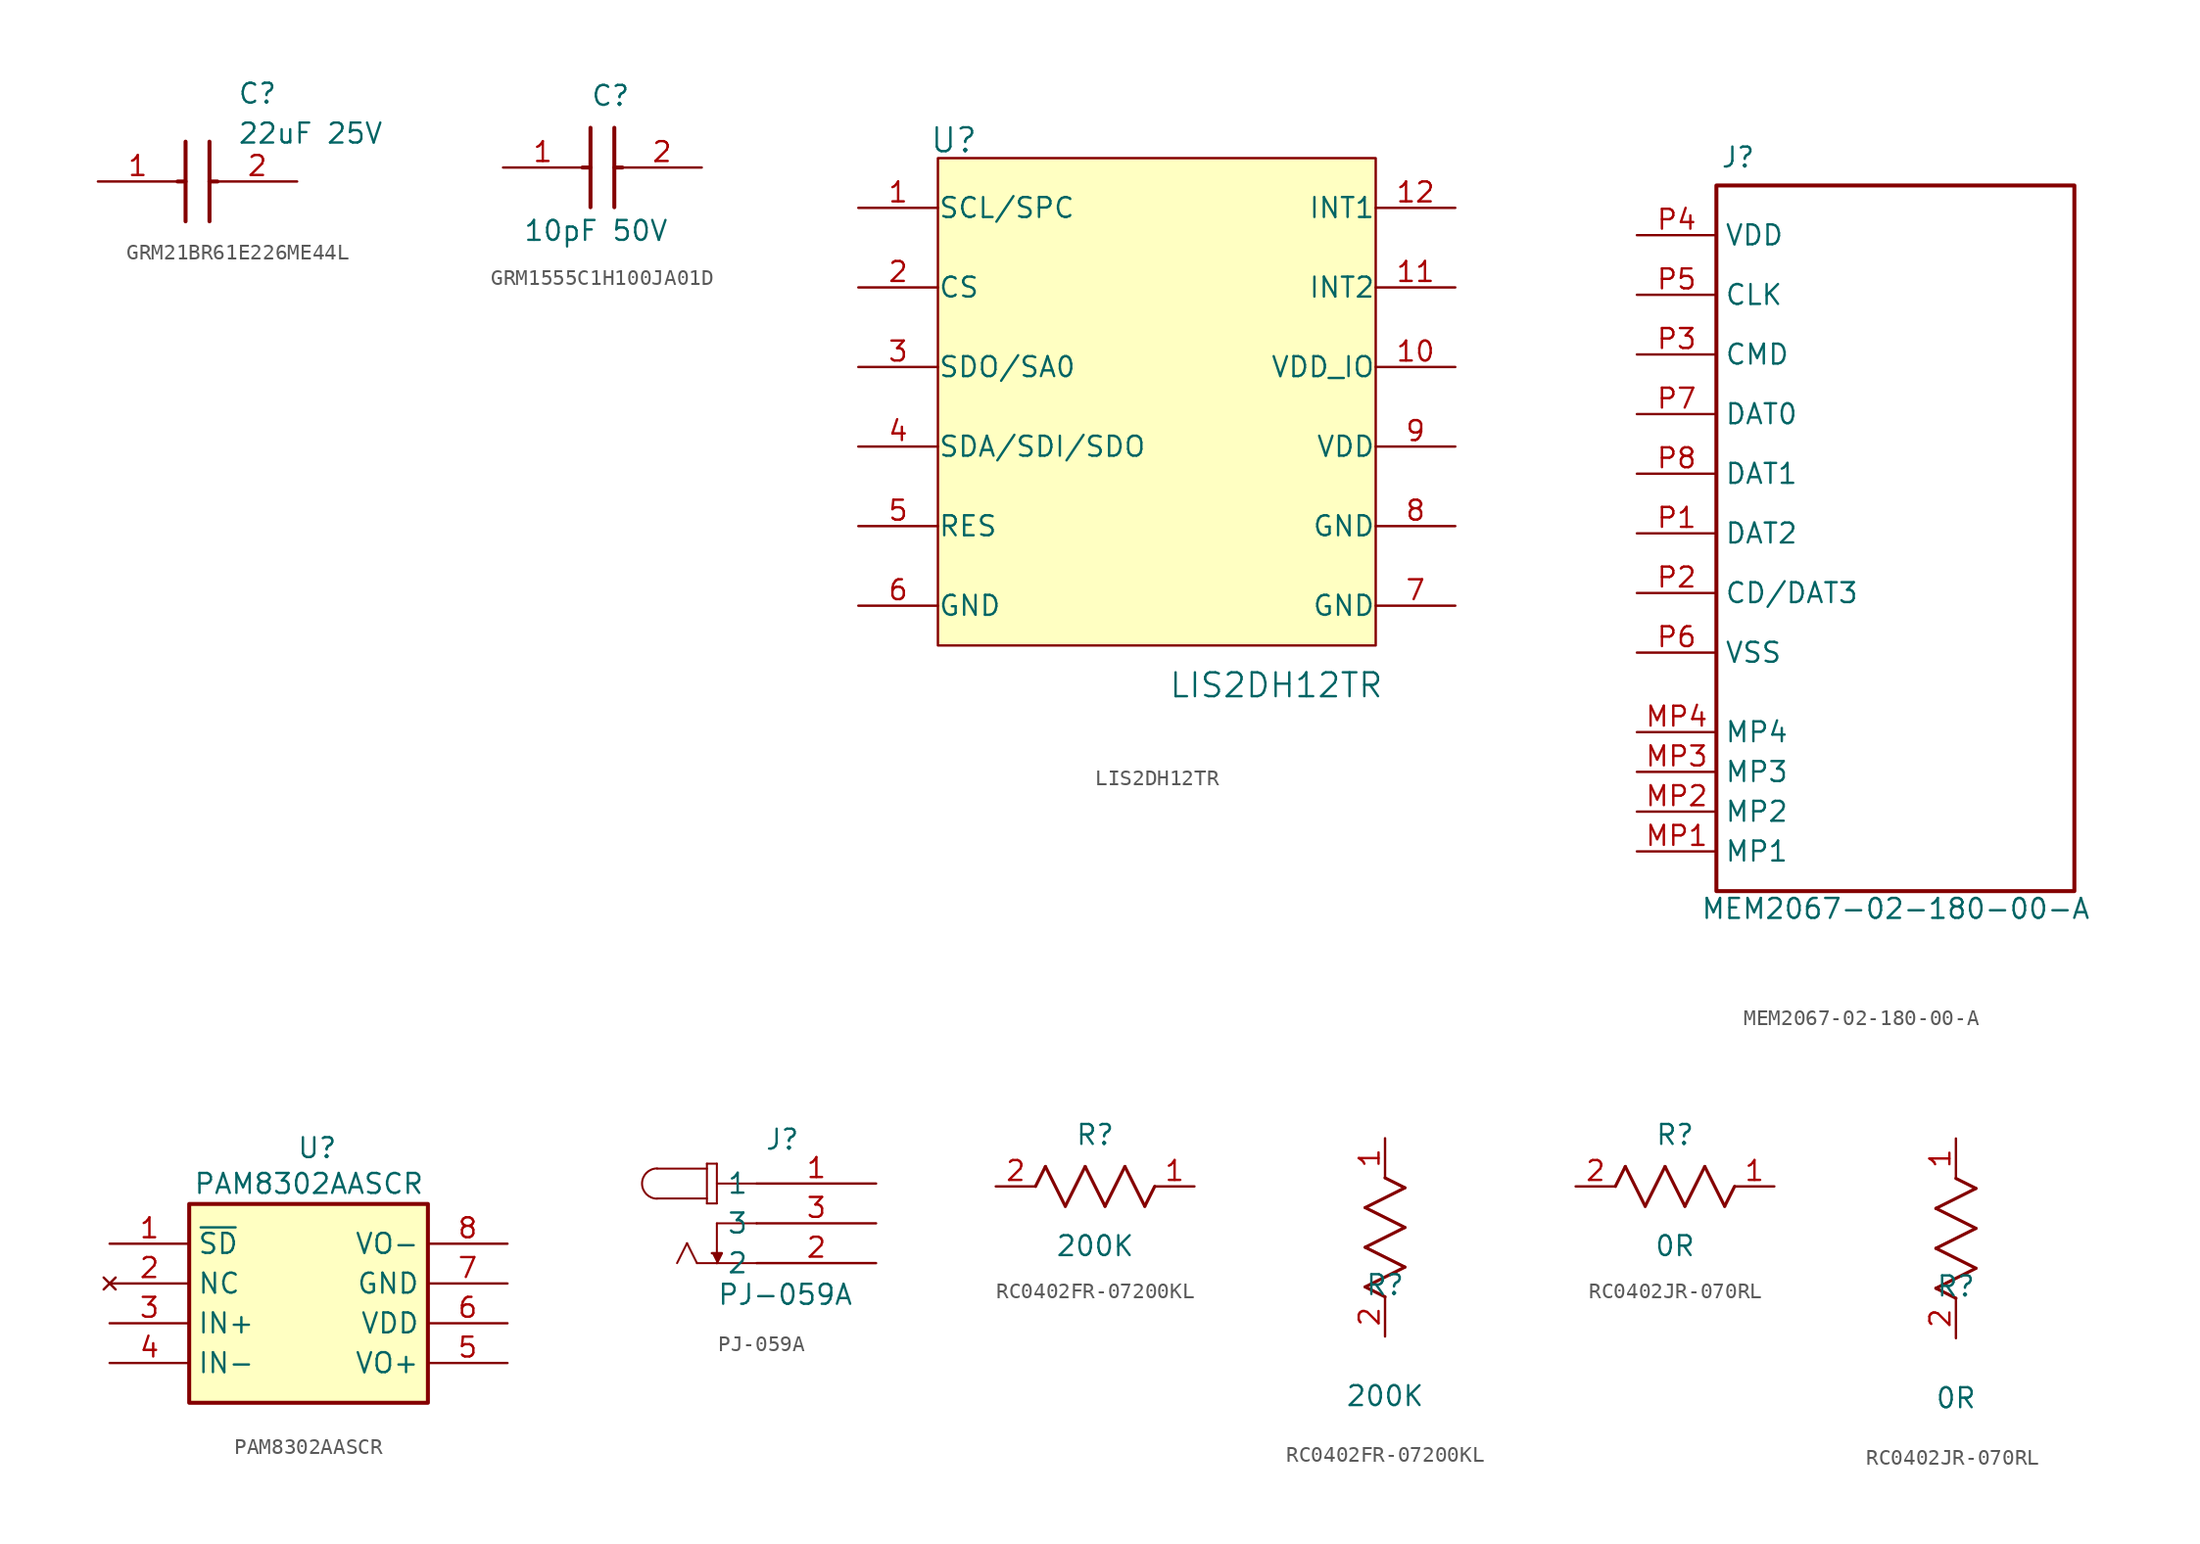
<source format=kicad_sym>
(kicad_symbol_lib
  (version 20241209)
  (generator "kicad_symbol_editor")
  (generator_version "9.0")
  (symbol "GRM21BR61E226ME44L"
    (pin_names
      (hide yes))
    (property "Reference" "C"
      (at 8.89 6.35 0)
      (effects (font (size 1.27 1.27)) (justify left top)))
    (property "Value" "22uF 25V"
      (at 8.89 3.81 0)
      (effects (font (size 1.27 1.27)) (justify left top)))
    (symbol "GRM21BR61E226ME44L_1_1"
      (polyline (pts (xy 5.08 0) (xy 5.588 0)) (stroke (width 0.254) (type default)) (fill (type none)))
      (polyline (pts (xy 5.588 2.54) (xy 5.588 -2.54)) (stroke (width 0.254) (type default)) (fill (type none)))
      (polyline (pts (xy 7.112 2.54) (xy 7.112 -2.54)) (stroke (width 0.254) (type default)) (fill (type none)))
      (polyline (pts (xy 7.112 0) (xy 7.62 0)) (stroke (width 0.254) (type default)) (fill (type none)))
      (pin passive line (at 0 0 0) (length 5.08) (name "1" (effects (font (size 1.27 1.27)))) (number "1" (effects (font (size 1.27 1.27)))))
      (pin passive line (at 12.7 0 180) (length 5.08) (name "2" (effects (font (size 1.27 1.27)))) (number "2" (effects (font (size 1.27 1.27)))))))
  (symbol "GRM1555C1H100JA01D"
    (pin_names
      (hide yes))
    (property "Reference" "C"
      (at -0.762 5.334 0)
      (effects (font (size 1.27 1.27)) (justify left top)))
    (property "Value" "10pF 50V"
      (at -5.08 -3.302 0)
      (effects (font (size 1.27 1.27)) (justify left top)))
    (symbol "GRM1555C1H100JA01D_1_1"
      (polyline (pts (xy -1.27 0) (xy -0.762 0)) (stroke (width 0.254) (type default)) (fill (type none)))
      (polyline (pts (xy -0.762 2.54) (xy -0.762 -2.54)) (stroke (width 0.254) (type default)) (fill (type none)))
      (polyline (pts (xy 0.762 2.54) (xy 0.762 -2.54)) (stroke (width 0.254) (type default)) (fill (type none)))
      (polyline (pts (xy 0.762 0) (xy 1.27 0)) (stroke (width 0.254) (type default)) (fill (type none)))
      (pin passive line (at -6.35 0 0) (length 5.08) (name "1" (effects (font (size 1.27 1.27)))) (number "1" (effects (font (size 1.27 1.27)))))
      (pin passive line (at 6.35 0 180) (length 5.08) (name "2" (effects (font (size 1.27 1.27)))) (number "2" (effects (font (size 1.27 1.27)))))))
  (symbol "LIS2DH12TR"
    (pin_names
      (offset 0.002))
    (property "Reference" "U"
      (at -12.954 17.018 0)
      (effects (font (size 1.524 1.524))))
    (property "Value" "LIS2DH12TR"
      (at 7.62 -17.78 0)
      (effects (font (size 1.524 1.524))))
    (symbol "LIS2DH12TR_1_1"
      (rectangle (start -13.97 15.875) (end 13.97 -15.24) (stroke (width 0) (type default)) (fill (type background)))
      (pin bidirectional line (at -19.05 12.7 0) (length 5.08) (name "SCL/SPC" (effects (font (size 1.27 1.27)))) (number "1" (effects (font (size 1.27 1.27)))))
      (pin bidirectional line (at -19.05 7.62 0) (length 5.08) (name "CS" (effects (font (size 1.27 1.27)))) (number "2" (effects (font (size 1.27 1.27)))))
      (pin passive line (at -19.05 2.54 0) (length 5.08) (name "SDO/SA0" (effects (font (size 1.27 1.27)))) (number "3" (effects (font (size 1.27 1.27)))))
      (pin bidirectional line (at -19.05 -2.54 0) (length 5.08) (name "SDA/SDI/SDO" (effects (font (size 1.27 1.27)))) (number "4" (effects (font (size 1.27 1.27)))))
      (pin passive line (at -19.05 -7.62 0) (length 5.08) (name "RES" (effects (font (size 1.27 1.27)))) (number "5" (effects (font (size 1.27 1.27)))))
      (pin power_in line (at -19.05 -12.7 0) (length 5.08) (name "GND" (effects (font (size 1.27 1.27)))) (number "6" (effects (font (size 1.27 1.27)))))
      (pin output line (at 19.05 12.7 180) (length 5.08) (name "INT1" (effects (font (size 1.27 1.27)))) (number "12" (effects (font (size 1.27 1.27)))))
      (pin output line (at 19.05 7.62 180) (length 5.08) (name "INT2" (effects (font (size 1.27 1.27)))) (number "11" (effects (font (size 1.27 1.27)))))
      (pin power_in line (at 19.05 2.54 180) (length 5.08) (name "VDD_IO" (effects (font (size 1.27 1.27)))) (number "10" (effects (font (size 1.27 1.27)))))
      (pin power_in line (at 19.05 -2.54 180) (length 5.08) (name "VDD" (effects (font (size 1.27 1.27)))) (number "9" (effects (font (size 1.27 1.27)))))
      (pin power_in line (at 19.05 -7.62 180) (length 5.08) (name "GND" (effects (font (size 1.27 1.27)))) (number "8" (effects (font (size 1.27 1.27)))))
      (pin power_in line (at 19.05 -12.7 180) (length 5.08) (name "GND" (effects (font (size 1.27 1.27)))) (number "7" (effects (font (size 1.27 1.27)))))))
  (symbol "MEM2067-02-180-00-A"
    (property "Reference" "J"
      (at -11.176 23.495 0)
      (effects (font (size 1.27 1.27)) (justify left top)))
    (property "Value" "MEM2067-02-180-00-A"
      (at -12.446 -24.511 0)
      (effects (font (size 1.27 1.27)) (justify left top)))
    (symbol "MEM2067-02-180-00-A_1_1"
      (rectangle (start -11.43 20.955) (end 11.43 -24.13) (stroke (width 0.254) (type default)) (fill (type none)))
      (pin passive line (at -16.51 17.78 0) (length 5.08) (name "VDD" (effects (font (size 1.27 1.27)))) (number "P4" (effects (font (size 1.27 1.27)))))
      (pin passive line (at -16.51 13.97 0) (length 5.08) (name "CLK" (effects (font (size 1.27 1.27)))) (number "P5" (effects (font (size 1.27 1.27)))))
      (pin passive line (at -16.51 10.16 0) (length 5.08) (name "CMD" (effects (font (size 1.27 1.27)))) (number "P3" (effects (font (size 1.27 1.27)))))
      (pin passive line (at -16.51 6.35 0) (length 5.08) (name "DAT0" (effects (font (size 1.27 1.27)))) (number "P7" (effects (font (size 1.27 1.27)))))
      (pin passive line (at -16.51 2.54 0) (length 5.08) (name "DAT1" (effects (font (size 1.27 1.27)))) (number "P8" (effects (font (size 1.27 1.27)))))
      (pin passive line (at -16.51 -1.27 0) (length 5.08) (name "DAT2" (effects (font (size 1.27 1.27)))) (number "P1" (effects (font (size 1.27 1.27)))))
      (pin passive line (at -16.51 -5.08 0) (length 5.08) (name "CD/DAT3" (effects (font (size 1.27 1.27)))) (number "P2" (effects (font (size 1.27 1.27)))))
      (pin passive line (at -16.51 -8.89 0) (length 5.08) (name "VSS" (effects (font (size 1.27 1.27)))) (number "P6" (effects (font (size 1.27 1.27)))))
      (pin passive line (at -16.51 -13.97 0) (length 5.08) (name "MP4" (effects (font (size 1.27 1.27)))) (number "MP4" (effects (font (size 1.27 1.27)))))
      (pin passive line (at -16.51 -16.51 0) (length 5.08) (name "MP3" (effects (font (size 1.27 1.27)))) (number "MP3" (effects (font (size 1.27 1.27)))))
      (pin passive line (at -16.51 -19.05 0) (length 5.08) (name "MP2" (effects (font (size 1.27 1.27)))) (number "MP2" (effects (font (size 1.27 1.27)))))
      (pin passive line (at -16.51 -21.59 0) (length 5.08) (name "MP1" (effects (font (size 1.27 1.27)))) (number "MP1" (effects (font (size 1.27 1.27)))))))
  (symbol "PAM8302AASCR"
    (property "Reference" "U"
      (at -0.762 10.668 0)
      (effects (font (size 1.27 1.27)) (justify left top)))
    (property "Value" "PAM8302AASCR"
      (at -7.366 8.382 0)
      (effects (font (size 1.27 1.27)) (justify left top)))
    (symbol "PAM8302AASCR_1_1"
      (rectangle (start -7.62 6.35) (end 7.62 -6.35) (stroke (width 0.254) (type default)) (fill (type background)))
      (pin passive line (at -12.7 3.81 0) (length 5.08) (name "~{SD}" (effects (font (size 1.27 1.27)))) (number "1" (effects (font (size 1.27 1.27)))))
      (pin no_connect line (at -12.7 1.27 0) (length 5.08) (name "NC" (effects (font (size 1.27 1.27)))) (number "2" (effects (font (size 1.27 1.27)))))
      (pin passive line (at -12.7 -1.27 0) (length 5.08) (name "IN+" (effects (font (size 1.27 1.27)))) (number "3" (effects (font (size 1.27 1.27)))))
      (pin passive line (at -12.7 -3.81 0) (length 5.08) (name "IN-" (effects (font (size 1.27 1.27)))) (number "4" (effects (font (size 1.27 1.27)))))
      (pin passive line (at 12.7 3.81 180) (length 5.08) (name "VO-" (effects (font (size 1.27 1.27)))) (number "8" (effects (font (size 1.27 1.27)))))
      (pin passive line (at 12.7 1.27 180) (length 5.08) (name "GND" (effects (font (size 1.27 1.27)))) (number "7" (effects (font (size 1.27 1.27)))))
      (pin passive line (at 12.7 -1.27 180) (length 5.08) (name "VDD" (effects (font (size 1.27 1.27)))) (number "6" (effects (font (size 1.27 1.27)))))
      (pin passive line (at 12.7 -3.81 180) (length 5.08) (name "VO+" (effects (font (size 1.27 1.27)))) (number "5" (effects (font (size 1.27 1.27)))))))
  (symbol "PJ-059A"
    (property "Reference" "J"
      (at -0.762 6.096 0)
      (effects (font (size 1.27 1.27)) (justify left top)))
    (property "Value" "PJ-059A"
      (at -3.81 -3.81 0)
      (effects (font (size 1.27 1.27)) (justify left top)))
    (symbol "PJ-059A_0_1"
      (arc (start -7.62 1.5748) (mid -8.5809 2.54) (end -7.62 3.5052) (stroke (width 0.127) (type default)) (fill (type none)))
      (polyline (pts (xy -5.715 -1.27) (xy -6.35 -2.54)) (stroke (width 0.127) (type default)) (fill (type none)))
      (polyline (pts (xy -5.08 -2.54) (xy -5.715 -1.27)) (stroke (width 0.127) (type default)) (fill (type none)))
      (polyline (pts (xy -4.445 3.81) (xy -4.445 1.27)) (stroke (width 0.127) (type default)) (fill (type none)))
      (polyline (pts (xy -4.445 3.81) (xy -3.81 3.81)) (stroke (width 0.127) (type default)) (fill (type none)))
      (polyline (pts (xy -4.445 3.493) (xy -7.62 3.493)) (stroke (width 0.127) (type default)) (fill (type none)))
      (polyline (pts (xy -4.445 1.587) (xy -7.62 1.587)) (stroke (width 0.127) (type default)) (fill (type none)))
      (polyline (pts (xy -3.81 3.81) (xy -3.81 1.27)) (stroke (width 0.127) (type default)) (fill (type none)))
      (polyline (pts (xy -3.81 1.27) (xy -4.445 1.27)) (stroke (width 0.127) (type default)) (fill (type none)))
      (polyline (pts (xy -3.81 -1.905) (xy -3.81 0)) (stroke (width 0.127) (type default)) (fill (type none)))
      (polyline (pts (xy -3.81 -2.54) (xy -3.493 -1.905) (xy -4.128 -1.905)) (stroke (width 0) (type default)) (fill (type outline)))
      (polyline (pts (xy -1.27 2.54) (xy -3.81 2.54)) (stroke (width 0.127) (type default)) (fill (type none)))
      (polyline (pts (xy -1.27 0) (xy -3.81 0)) (stroke (width 0.127) (type default)) (fill (type none)))
      (polyline (pts (xy -1.27 -2.54) (xy -5.08 -2.54)) (stroke (width 0.127) (type default)) (fill (type none))))
    (symbol "PJ-059A_1_1"
      (pin passive line (at 6.35 2.54 180) (length 7.62) (name "1" (effects (font (size 1.27 1.27)))) (number "1" (effects (font (size 1.27 1.27)))))
      (pin passive line (at 6.35 0 180) (length 7.62) (name "3" (effects (font (size 1.27 1.27)))) (number "3" (effects (font (size 1.27 1.27)))))
      (pin passive line (at 6.35 -2.54 180) (length 7.62) (name "2" (effects (font (size 1.27 1.27)))) (number "2" (effects (font (size 1.27 1.27)))))))
  (symbol "RC0402FR-07200KL"
    (pin_names
      (offset 0.254))
    (property "Reference" "R"
      (at 0 3.302 0)
      (effects (font (size 1.27 1.27))))
    (property "Value" "200K"
      (at 0 -3.81 0)
      (effects (font (size 1.27 1.27))))
    (symbol "RC0402FR-07200KL_1_1"
      (polyline (pts (xy -3.81 0) (xy -3.175 1.27)) (stroke (width 0.203) (type default)) (fill (type none)))
      (polyline (pts (xy -3.175 1.27) (xy -1.905 -1.27)) (stroke (width 0.203) (type default)) (fill (type none)))
      (polyline (pts (xy -1.905 -1.27) (xy -0.635 1.27)) (stroke (width 0.203) (type default)) (fill (type none)))
      (polyline (pts (xy -0.635 1.27) (xy 0.635 -1.27)) (stroke (width 0.203) (type default)) (fill (type none)))
      (polyline (pts (xy 0.635 -1.27) (xy 1.905 1.27)) (stroke (width 0.203) (type default)) (fill (type none)))
      (polyline (pts (xy 1.905 1.27) (xy 3.175 -1.27)) (stroke (width 0.203) (type default)) (fill (type none)))
      (polyline (pts (xy 3.175 -1.27) (xy 3.81 0)) (stroke (width 0.203) (type default)) (fill (type none)))
      (pin passive line (at -6.35 0 0) (length 2.54) (name "" (effects (font (size 1.27 1.27)))) (number "2" (effects (font (size 1.27 1.27)))))
      (pin passive line (at 6.35 0 180) (length 2.54) (name "" (effects (font (size 1.27 1.27)))) (number "1" (effects (font (size 1.27 1.27))))))
    (symbol "RC0402FR-07200KL_1_2"
      (polyline (pts (xy -1.27 8.255) (xy 1.27 9.525)) (stroke (width 0.203) (type default)) (fill (type none)))
      (polyline (pts (xy -1.27 5.715) (xy 1.27 6.985)) (stroke (width 0.203) (type default)) (fill (type none)))
      (polyline (pts (xy -1.27 3.175) (xy 1.27 4.445)) (stroke (width 0.203) (type default)) (fill (type none)))
      (polyline (pts (xy 0 2.54) (xy -1.27 3.175)) (stroke (width 0.203) (type default)) (fill (type none)))
      (polyline (pts (xy 1.27 9.525) (xy 0 10.16)) (stroke (width 0.203) (type default)) (fill (type none)))
      (polyline (pts (xy 1.27 6.985) (xy -1.27 8.255)) (stroke (width 0.203) (type default)) (fill (type none)))
      (polyline (pts (xy 1.27 4.445) (xy -1.27 5.715)) (stroke (width 0.203) (type default)) (fill (type none)))
      (pin unspecified line (at 0 12.7 270) (length 2.54) (name "" (effects (font (size 1.27 1.27)))) (number "1" (effects (font (size 1.27 1.27)))))
      (pin unspecified line (at 0 0 90) (length 2.54) (name "" (effects (font (size 1.27 1.27)))) (number "2" (effects (font (size 1.27 1.27)))))))
  (symbol "RC0402JR-070RL"
    (pin_names
      (offset 0.254))
    (property "Reference" "R"
      (at 0 3.302 0)
      (effects (font (size 1.27 1.27))))
    (property "Value" "0R"
      (at 0 -3.81 0)
      (effects (font (size 1.27 1.27))))
    (symbol "RC0402JR-070RL_1_1"
      (polyline (pts (xy -3.81 0) (xy -3.175 1.27)) (stroke (width 0.203) (type default)) (fill (type none)))
      (polyline (pts (xy -3.175 1.27) (xy -1.905 -1.27)) (stroke (width 0.203) (type default)) (fill (type none)))
      (polyline (pts (xy -1.905 -1.27) (xy -0.635 1.27)) (stroke (width 0.203) (type default)) (fill (type none)))
      (polyline (pts (xy -0.635 1.27) (xy 0.635 -1.27)) (stroke (width 0.203) (type default)) (fill (type none)))
      (polyline (pts (xy 0.635 -1.27) (xy 1.905 1.27)) (stroke (width 0.203) (type default)) (fill (type none)))
      (polyline (pts (xy 1.905 1.27) (xy 3.175 -1.27)) (stroke (width 0.203) (type default)) (fill (type none)))
      (polyline (pts (xy 3.175 -1.27) (xy 3.81 0)) (stroke (width 0.203) (type default)) (fill (type none)))
      (pin passive line (at -6.35 0 0) (length 2.54) (name "" (effects (font (size 1.27 1.27)))) (number "2" (effects (font (size 1.27 1.27)))))
      (pin passive line (at 6.35 0 180) (length 2.54) (name "" (effects (font (size 1.27 1.27)))) (number "1" (effects (font (size 1.27 1.27))))))
    (symbol "RC0402JR-070RL_1_2"
      (polyline (pts (xy -1.27 8.255) (xy 1.27 9.525)) (stroke (width 0.203) (type default)) (fill (type none)))
      (polyline (pts (xy -1.27 5.715) (xy 1.27 6.985)) (stroke (width 0.203) (type default)) (fill (type none)))
      (polyline (pts (xy -1.27 3.175) (xy 1.27 4.445)) (stroke (width 0.203) (type default)) (fill (type none)))
      (polyline (pts (xy 0 2.54) (xy -1.27 3.175)) (stroke (width 0.203) (type default)) (fill (type none)))
      (polyline (pts (xy 1.27 9.525) (xy 0 10.16)) (stroke (width 0.203) (type default)) (fill (type none)))
      (polyline (pts (xy 1.27 6.985) (xy -1.27 8.255)) (stroke (width 0.203) (type default)) (fill (type none)))
      (polyline (pts (xy 1.27 4.445) (xy -1.27 5.715)) (stroke (width 0.203) (type default)) (fill (type none)))
      (pin unspecified line (at 0 12.7 270) (length 2.54) (name "" (effects (font (size 1.27 1.27)))) (number "1" (effects (font (size 1.27 1.27)))))
      (pin unspecified line (at 0 0 90) (length 2.54) (name "" (effects (font (size 1.27 1.27)))) (number "2" (effects (font (size 1.27 1.27))))))))
</source>
